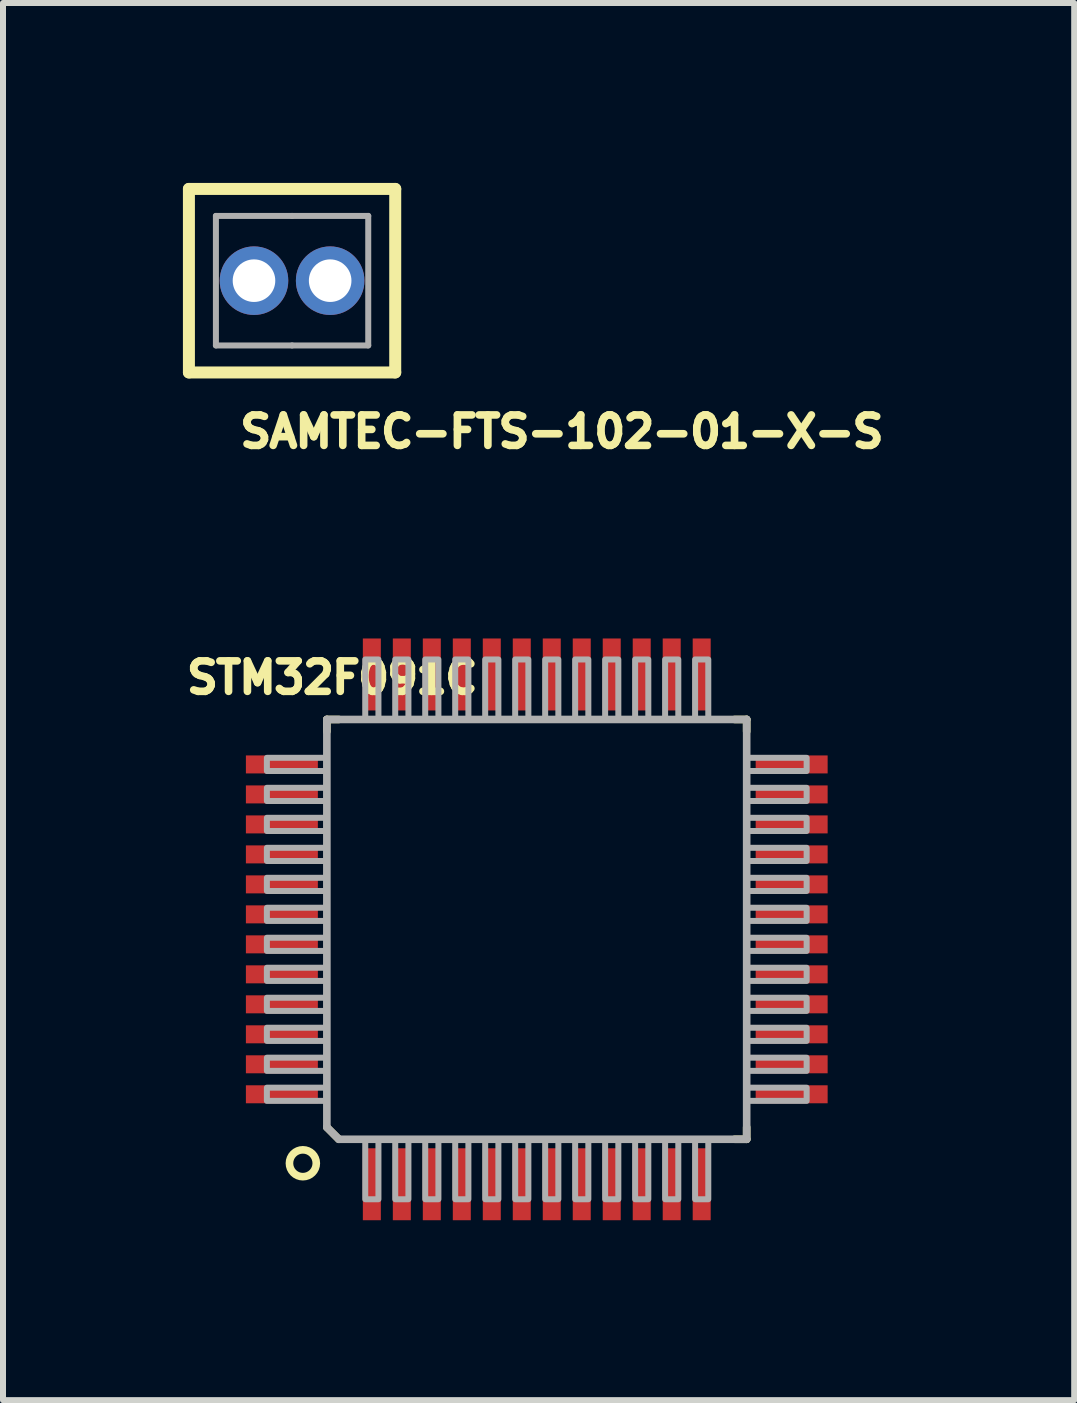
<source format=kicad_pcb>
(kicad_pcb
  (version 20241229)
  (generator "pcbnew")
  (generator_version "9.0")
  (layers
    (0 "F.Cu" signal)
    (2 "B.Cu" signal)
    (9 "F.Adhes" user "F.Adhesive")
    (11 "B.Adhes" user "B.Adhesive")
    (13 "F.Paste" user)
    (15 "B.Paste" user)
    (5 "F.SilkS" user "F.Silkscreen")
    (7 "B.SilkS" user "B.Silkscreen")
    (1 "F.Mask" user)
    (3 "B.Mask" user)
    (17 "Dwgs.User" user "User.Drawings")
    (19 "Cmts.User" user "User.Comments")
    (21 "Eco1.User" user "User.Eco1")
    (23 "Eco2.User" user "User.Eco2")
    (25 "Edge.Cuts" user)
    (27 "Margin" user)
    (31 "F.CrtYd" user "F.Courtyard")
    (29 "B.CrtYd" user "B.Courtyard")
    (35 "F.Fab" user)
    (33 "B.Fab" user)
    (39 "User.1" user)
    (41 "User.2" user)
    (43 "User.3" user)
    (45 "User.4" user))
  (footprint "STM32F091C"
    (layer "F.Cu")
    (at 5.9 12.446)
    (property "Reference" "STM32F091C" (at -5.9 -3.9 0) (layer "F.SilkS") (effects (font (size 0.508 0.508) (thickness 0.127)) (justify left bottom)))
    (fp_line (start -3.5 -3.5) (end -3.3 -3.5) (stroke (width 0.127) (type solid)) (layer "F.SilkS"))
    (fp_line (start -3.5 -3.3) (end -3.5 -3.5) (stroke (width 0.127) (type solid)) (layer "F.SilkS"))
    (fp_line (start -3.3 3.5) (end -3.5 3.3) (stroke (width 0.127) (type solid)) (layer "F.SilkS"))
    (fp_line (start 3.3 -3.5) (end 3.5 -3.5) (stroke (width 0.127) (type solid)) (layer "F.SilkS"))
    (fp_line (start 3.5 -3.5) (end 3.5 -3.3) (stroke (width 0.127) (type solid)) (layer "F.SilkS"))
    (fp_line (start 3.5 3.5) (end 3.3 3.5) (stroke (width 0.127) (type solid)) (layer "F.SilkS"))
    (fp_line (start 3.5 3.5) (end 3.5 3.3) (stroke (width 0.127) (type solid)) (layer "F.SilkS"))
    (fp_circle (center -3.9 3.9) (end -3.676 3.9) (stroke (width 0.127) (type solid)) (fill no) (layer "F.SilkS"))
    (fp_line (start -3.5 -3.5) (end 3.5 -3.5) (stroke (width 0.127) (type solid)) (layer "F.Fab"))
    (fp_line (start -3.5 3.3) (end -3.5 -3.5) (stroke (width 0.127) (type solid)) (layer "F.Fab"))
    (fp_line (start -3.3 3.5) (end -3.5 3.3) (stroke (width 0.127) (type solid)) (layer "F.Fab"))
    (fp_line (start 3.5 -3.5) (end 3.5 3.5) (stroke (width 0.127) (type solid)) (layer "F.Fab"))
    (fp_line (start 3.5 3.5) (end -3.3 3.5) (stroke (width 0.127) (type solid)) (layer "F.Fab"))
    (fp_poly (pts (xy -3.5 -2.86) (xy -4.5 -2.86) (xy -4.5 -2.64) (xy -3.5 -2.64)) (stroke (width 0.1) (type default)) (fill no) (layer "F.Fab"))
    (fp_poly (pts (xy -3.5 -2.36) (xy -4.5 -2.36) (xy -4.5 -2.14) (xy -3.5 -2.14)) (stroke (width 0.1) (type default)) (fill no) (layer "F.Fab"))
    (fp_poly (pts (xy -3.5 -1.86) (xy -4.5 -1.86) (xy -4.5 -1.64) (xy -3.5 -1.64)) (stroke (width 0.1) (type default)) (fill no) (layer "F.Fab"))
    (fp_poly (pts (xy -3.5 -1.36) (xy -4.5 -1.36) (xy -4.5 -1.14) (xy -3.5 -1.14)) (stroke (width 0.1) (type default)) (fill no) (layer "F.Fab"))
    (fp_poly (pts (xy -3.5 -0.86) (xy -4.5 -0.86) (xy -4.5 -0.64) (xy -3.5 -0.64)) (stroke (width 0.1) (type default)) (fill no) (layer "F.Fab"))
    (fp_poly (pts (xy -3.5 -0.36) (xy -4.5 -0.36) (xy -4.5 -0.14) (xy -3.5 -0.14)) (stroke (width 0.1) (type default)) (fill no) (layer "F.Fab"))
    (fp_poly (pts (xy -3.5 0.14) (xy -4.5 0.14) (xy -4.5 0.36) (xy -3.5 0.36)) (stroke (width 0.1) (type default)) (fill no) (layer "F.Fab"))
    (fp_poly (pts (xy -3.5 0.64) (xy -4.5 0.64) (xy -4.5 0.86) (xy -3.5 0.86)) (stroke (width 0.1) (type default)) (fill no) (layer "F.Fab"))
    (fp_poly (pts (xy -3.5 1.14) (xy -4.5 1.14) (xy -4.5 1.36) (xy -3.5 1.36)) (stroke (width 0.1) (type default)) (fill no) (layer "F.Fab"))
    (fp_poly (pts (xy -3.5 1.64) (xy -4.5 1.64) (xy -4.5 1.86) (xy -3.5 1.86)) (stroke (width 0.1) (type default)) (fill no) (layer "F.Fab"))
    (fp_poly (pts (xy -3.5 2.14) (xy -4.5 2.14) (xy -4.5 2.36) (xy -3.5 2.36)) (stroke (width 0.1) (type default)) (fill no) (layer "F.Fab"))
    (fp_poly (pts (xy -3.5 2.64) (xy -4.5 2.64) (xy -4.5 2.86) (xy -3.5 2.86)) (stroke (width 0.1) (type default)) (fill no) (layer "F.Fab"))
    (fp_poly (pts (xy -2.86 -4.5) (xy -2.86 -3.5) (xy -2.64 -3.5) (xy -2.64 -4.5)) (stroke (width 0.1) (type default)) (fill no) (layer "F.Fab"))
    (fp_poly (pts (xy -2.64 4.5) (xy -2.64 3.5) (xy -2.86 3.5) (xy -2.86 4.5)) (stroke (width 0.1) (type default)) (fill no) (layer "F.Fab"))
    (fp_poly (pts (xy -2.36 -4.5) (xy -2.36 -3.5) (xy -2.14 -3.5) (xy -2.14 -4.5)) (stroke (width 0.1) (type default)) (fill no) (layer "F.Fab"))
    (fp_poly (pts (xy -2.14 4.5) (xy -2.14 3.5) (xy -2.36 3.5) (xy -2.36 4.5)) (stroke (width 0.1) (type default)) (fill no) (layer "F.Fab"))
    (fp_poly (pts (xy -1.86 -4.5) (xy -1.86 -3.5) (xy -1.64 -3.5) (xy -1.64 -4.5)) (stroke (width 0.1) (type default)) (fill no) (layer "F.Fab"))
    (fp_poly (pts (xy -1.64 4.5) (xy -1.64 3.5) (xy -1.86 3.5) (xy -1.86 4.5)) (stroke (width 0.1) (type default)) (fill no) (layer "F.Fab"))
    (fp_poly (pts (xy -1.36 -4.5) (xy -1.36 -3.5) (xy -1.14 -3.5) (xy -1.14 -4.5)) (stroke (width 0.1) (type default)) (fill no) (layer "F.Fab"))
    (fp_poly (pts (xy -1.14 4.5) (xy -1.14 3.5) (xy -1.36 3.5) (xy -1.36 4.5)) (stroke (width 0.1) (type default)) (fill no) (layer "F.Fab"))
    (fp_poly (pts (xy -0.86 -4.5) (xy -0.86 -3.5) (xy -0.64 -3.5) (xy -0.64 -4.5)) (stroke (width 0.1) (type default)) (fill no) (layer "F.Fab"))
    (fp_poly (pts (xy -0.64 4.5) (xy -0.64 3.5) (xy -0.86 3.5) (xy -0.86 4.5)) (stroke (width 0.1) (type default)) (fill no) (layer "F.Fab"))
    (fp_poly (pts (xy -0.36 -4.5) (xy -0.36 -3.5) (xy -0.14 -3.5) (xy -0.14 -4.5)) (stroke (width 0.1) (type default)) (fill no) (layer "F.Fab"))
    (fp_poly (pts (xy -0.14 4.5) (xy -0.14 3.5) (xy -0.36 3.5) (xy -0.36 4.5)) (stroke (width 0.1) (type default)) (fill no) (layer "F.Fab"))
    (fp_poly (pts (xy 0.14 -4.5) (xy 0.14 -3.5) (xy 0.36 -3.5) (xy 0.36 -4.5)) (stroke (width 0.1) (type default)) (fill no) (layer "F.Fab"))
    (fp_poly (pts (xy 0.36 4.5) (xy 0.36 3.5) (xy 0.14 3.5) (xy 0.14 4.5)) (stroke (width 0.1) (type default)) (fill no) (layer "F.Fab"))
    (fp_poly (pts (xy 0.64 -4.5) (xy 0.64 -3.5) (xy 0.86 -3.5) (xy 0.86 -4.5)) (stroke (width 0.1) (type default)) (fill no) (layer "F.Fab"))
    (fp_poly (pts (xy 0.86 4.5) (xy 0.86 3.5) (xy 0.64 3.5) (xy 0.64 4.5)) (stroke (width 0.1) (type default)) (fill no) (layer "F.Fab"))
    (fp_poly (pts (xy 1.14 -4.5) (xy 1.14 -3.5) (xy 1.36 -3.5) (xy 1.36 -4.5)) (stroke (width 0.1) (type default)) (fill no) (layer "F.Fab"))
    (fp_poly (pts (xy 1.36 4.5) (xy 1.36 3.5) (xy 1.14 3.5) (xy 1.14 4.5)) (stroke (width 0.1) (type default)) (fill no) (layer "F.Fab"))
    (fp_poly (pts (xy 1.64 -4.5) (xy 1.64 -3.5) (xy 1.86 -3.5) (xy 1.86 -4.5)) (stroke (width 0.1) (type default)) (fill no) (layer "F.Fab"))
    (fp_poly (pts (xy 1.86 4.5) (xy 1.86 3.5) (xy 1.64 3.5) (xy 1.64 4.5)) (stroke (width 0.1) (type default)) (fill no) (layer "F.Fab"))
    (fp_poly (pts (xy 2.14 -4.5) (xy 2.14 -3.5) (xy 2.36 -3.5) (xy 2.36 -4.5)) (stroke (width 0.1) (type default)) (fill no) (layer "F.Fab"))
    (fp_poly (pts (xy 2.36 4.5) (xy 2.36 3.5) (xy 2.14 3.5) (xy 2.14 4.5)) (stroke (width 0.1) (type default)) (fill no) (layer "F.Fab"))
    (fp_poly (pts (xy 2.64 -4.5) (xy 2.64 -3.5) (xy 2.86 -3.5) (xy 2.86 -4.5)) (stroke (width 0.1) (type default)) (fill no) (layer "F.Fab"))
    (fp_poly (pts (xy 2.86 4.5) (xy 2.86 3.5) (xy 2.64 3.5) (xy 2.64 4.5)) (stroke (width 0.1) (type default)) (fill no) (layer "F.Fab"))
    (fp_poly (pts (xy 4.5 -2.86) (xy 3.5 -2.86) (xy 3.5 -2.64) (xy 4.5 -2.64)) (stroke (width 0.1) (type default)) (fill no) (layer "F.Fab"))
    (fp_poly (pts (xy 4.5 -2.36) (xy 3.5 -2.36) (xy 3.5 -2.14) (xy 4.5 -2.14)) (stroke (width 0.1) (type default)) (fill no) (layer "F.Fab"))
    (fp_poly (pts (xy 4.5 -1.86) (xy 3.5 -1.86) (xy 3.5 -1.64) (xy 4.5 -1.64)) (stroke (width 0.1) (type default)) (fill no) (layer "F.Fab"))
    (fp_poly (pts (xy 4.5 -1.36) (xy 3.5 -1.36) (xy 3.5 -1.14) (xy 4.5 -1.14)) (stroke (width 0.1) (type default)) (fill no) (layer "F.Fab"))
    (fp_poly (pts (xy 4.5 -0.86) (xy 3.5 -0.86) (xy 3.5 -0.64) (xy 4.5 -0.64)) (stroke (width 0.1) (type default)) (fill no) (layer "F.Fab"))
    (fp_poly (pts (xy 4.5 -0.36) (xy 3.5 -0.36) (xy 3.5 -0.14) (xy 4.5 -0.14)) (stroke (width 0.1) (type default)) (fill no) (layer "F.Fab"))
    (fp_poly (pts (xy 4.5 0.14) (xy 3.5 0.14) (xy 3.5 0.36) (xy 4.5 0.36)) (stroke (width 0.1) (type default)) (fill no) (layer "F.Fab"))
    (fp_poly (pts (xy 4.5 0.64) (xy 3.5 0.64) (xy 3.5 0.86) (xy 4.5 0.86)) (stroke (width 0.1) (type default)) (fill no) (layer "F.Fab"))
    (fp_poly (pts (xy 4.5 1.14) (xy 3.5 1.14) (xy 3.5 1.36) (xy 4.5 1.36)) (stroke (width 0.1) (type default)) (fill no) (layer "F.Fab"))
    (fp_poly (pts (xy 4.5 1.64) (xy 3.5 1.64) (xy 3.5 1.86) (xy 4.5 1.86)) (stroke (width 0.1) (type default)) (fill no) (layer "F.Fab"))
    (fp_poly (pts (xy 4.5 2.14) (xy 3.5 2.14) (xy 3.5 2.36) (xy 4.5 2.36)) (stroke (width 0.1) (type default)) (fill no) (layer "F.Fab"))
    (fp_poly (pts (xy 4.5 2.64) (xy 3.5 2.64) (xy 3.5 2.86) (xy 4.5 2.86)) (stroke (width 0.1) (type default)) (fill no) (layer "F.Fab"))
    (pad "1" smd rect (at -2.75 4.25 90) (size 1.2 0.3) (layers "F.Cu" "F.Mask" "F.Paste"))
    (pad "2" smd rect (at -2.25 4.25 90) (size 1.2 0.3) (layers "F.Cu" "F.Mask" "F.Paste"))
    (pad "3" smd rect (at -1.75 4.25 90) (size 1.2 0.3) (layers "F.Cu" "F.Mask" "F.Paste"))
    (pad "4" smd rect (at -1.25 4.25 90) (size 1.2 0.3) (layers "F.Cu" "F.Mask" "F.Paste"))
    (pad "5" smd rect (at -0.75 4.25 90) (size 1.2 0.3) (layers "F.Cu" "F.Mask" "F.Paste"))
    (pad "6" smd rect (at -0.25 4.25 90) (size 1.2 0.3) (layers "F.Cu" "F.Mask" "F.Paste"))
    (pad "7" smd rect (at 0.25 4.25 90) (size 1.2 0.3) (layers "F.Cu" "F.Mask" "F.Paste"))
    (pad "8" smd rect (at 0.75 4.25 90) (size 1.2 0.3) (layers "F.Cu" "F.Mask" "F.Paste"))
    (pad "9" smd rect (at 1.25 4.25 90) (size 1.2 0.3) (layers "F.Cu" "F.Mask" "F.Paste"))
    (pad "10" smd rect (at 1.75 4.25 90) (size 1.2 0.3) (layers "F.Cu" "F.Mask" "F.Paste"))
    (pad "11" smd rect (at 2.25 4.25 90) (size 1.2 0.3) (layers "F.Cu" "F.Mask" "F.Paste"))
    (pad "12" smd rect (at 2.75 4.25 90) (size 1.2 0.3) (layers "F.Cu" "F.Mask" "F.Paste"))
    (pad "13" smd rect (at 4.25 2.75 180) (size 1.2 0.3) (layers "F.Cu" "F.Mask" "F.Paste"))
    (pad "14" smd rect (at 4.25 2.25 180) (size 1.2 0.3) (layers "F.Cu" "F.Mask" "F.Paste"))
    (pad "15" smd rect (at 4.25 1.75 180) (size 1.2 0.3) (layers "F.Cu" "F.Mask" "F.Paste"))
    (pad "16" smd rect (at 4.25 1.25 180) (size 1.2 0.3) (layers "F.Cu" "F.Mask" "F.Paste"))
    (pad "17" smd rect (at 4.25 0.75 180) (size 1.2 0.3) (layers "F.Cu" "F.Mask" "F.Paste"))
    (pad "18" smd rect (at 4.25 0.25 180) (size 1.2 0.3) (layers "F.Cu" "F.Mask" "F.Paste"))
    (pad "19" smd rect (at 4.25 -0.25 180) (size 1.2 0.3) (layers "F.Cu" "F.Mask" "F.Paste"))
    (pad "20" smd rect (at 4.25 -0.75 180) (size 1.2 0.3) (layers "F.Cu" "F.Mask" "F.Paste"))
    (pad "21" smd rect (at 4.25 -1.25 180) (size 1.2 0.3) (layers "F.Cu" "F.Mask" "F.Paste"))
    (pad "22" smd rect (at 4.25 -1.75 180) (size 1.2 0.3) (layers "F.Cu" "F.Mask" "F.Paste"))
    (pad "23" smd rect (at 4.25 -2.25 180) (size 1.2 0.3) (layers "F.Cu" "F.Mask" "F.Paste"))
    (pad "24" smd rect (at 4.25 -2.75 180) (size 1.2 0.3) (layers "F.Cu" "F.Mask" "F.Paste"))
    (pad "25" smd rect (at 2.75 -4.25 270) (size 1.2 0.3) (layers "F.Cu" "F.Mask" "F.Paste"))
    (pad "26" smd rect (at 2.25 -4.25 270) (size 1.2 0.3) (layers "F.Cu" "F.Mask" "F.Paste"))
    (pad "27" smd rect (at 1.75 -4.25 270) (size 1.2 0.3) (layers "F.Cu" "F.Mask" "F.Paste"))
    (pad "28" smd rect (at 1.25 -4.25 270) (size 1.2 0.3) (layers "F.Cu" "F.Mask" "F.Paste"))
    (pad "29" smd rect (at 0.75 -4.25 270) (size 1.2 0.3) (layers "F.Cu" "F.Mask" "F.Paste"))
    (pad "30" smd rect (at 0.25 -4.25 270) (size 1.2 0.3) (layers "F.Cu" "F.Mask" "F.Paste"))
    (pad "31" smd rect (at -0.25 -4.25 270) (size 1.2 0.3) (layers "F.Cu" "F.Mask" "F.Paste"))
    (pad "32" smd rect (at -0.75 -4.25 270) (size 1.2 0.3) (layers "F.Cu" "F.Mask" "F.Paste"))
    (pad "33" smd rect (at -1.25 -4.25 270) (size 1.2 0.3) (layers "F.Cu" "F.Mask" "F.Paste"))
    (pad "34" smd rect (at -1.75 -4.25 270) (size 1.2 0.3) (layers "F.Cu" "F.Mask" "F.Paste"))
    (pad "35" smd rect (at -2.25 -4.25 270) (size 1.2 0.3) (layers "F.Cu" "F.Mask" "F.Paste"))
    (pad "36" smd rect (at -2.75 -4.25 270) (size 1.2 0.3) (layers "F.Cu" "F.Mask" "F.Paste"))
    (pad "37" smd rect (at -4.25 -2.75) (size 1.2 0.3) (layers "F.Cu" "F.Mask" "F.Paste"))
    (pad "38" smd rect (at -4.25 -2.25) (size 1.2 0.3) (layers "F.Cu" "F.Mask" "F.Paste"))
    (pad "39" smd rect (at -4.25 -1.75) (size 1.2 0.3) (layers "F.Cu" "F.Mask" "F.Paste"))
    (pad "40" smd rect (at -4.25 -1.25) (size 1.2 0.3) (layers "F.Cu" "F.Mask" "F.Paste"))
    (pad "41" smd rect (at -4.25 -0.75) (size 1.2 0.3) (layers "F.Cu" "F.Mask" "F.Paste"))
    (pad "42" smd rect (at -4.25 -0.25) (size 1.2 0.3) (layers "F.Cu" "F.Mask" "F.Paste"))
    (pad "43" smd rect (at -4.25 0.25) (size 1.2 0.3) (layers "F.Cu" "F.Mask" "F.Paste"))
    (pad "44" smd rect (at -4.25 0.75) (size 1.2 0.3) (layers "F.Cu" "F.Mask" "F.Paste"))
    (pad "45" smd rect (at -4.25 1.25) (size 1.2 0.3) (layers "F.Cu" "F.Mask" "F.Paste"))
    (pad "46" smd rect (at -4.25 1.75) (size 1.2 0.3) (layers "F.Cu" "F.Mask" "F.Paste"))
    (pad "47" smd rect (at -4.25 2.25) (size 1.2 0.3) (layers "F.Cu" "F.Mask" "F.Paste"))
    (pad "48" smd rect (at -4.25 2.75) (size 1.2 0.3) (layers "F.Cu" "F.Mask" "F.Paste")))
  (footprint "SAMTEC-FTS-102-01-X-S"
    (layer "F.Cu")
    (at 1.82 1.63)
    (property "Reference" "SAMTEC-FTS-102-01-X-S" (at -0.931 2.815 0) (layer "F.SilkS") (effects (font (size 0.508 0.508) (thickness 0.127)) (justify left bottom)))
    (fp_circle (center -0.635 0) (end -0.324 0) (stroke (width 0.622) (type solid)) (fill yes) (layer "F.Mask"))
    (fp_circle (center 0.635 0) (end 0.946 0) (stroke (width 0.622) (type solid)) (fill yes) (layer "F.Mask"))
    (fp_circle (center -0.635 0) (end -0.324 0) (stroke (width 0.622) (type solid)) (fill yes) (layer "B.Mask"))
    (fp_circle (center 0.635 0) (end 0.946 0) (stroke (width 0.622) (type solid)) (fill yes) (layer "B.Mask"))
    (fp_line (start -1.72 -1.53) (end -1.72 1.53) (stroke (width 0.2) (type solid)) (layer "F.SilkS"))
    (fp_line (start -1.72 1.53) (end 1.72 1.53) (stroke (width 0.2) (type solid)) (layer "F.SilkS"))
    (fp_line (start 1.72 -1.53) (end -1.72 -1.53) (stroke (width 0.2) (type solid)) (layer "F.SilkS"))
    (fp_line (start 1.72 1.53) (end 1.72 -1.53) (stroke (width 0.2) (type solid)) (layer "F.SilkS"))
    (fp_line (start -1.27 -1.08) (end 0 -1.08) (stroke (width 0.1) (type solid)) (layer "F.Fab"))
    (fp_line (start -1.27 1.08) (end -1.27 -1.08) (stroke (width 0.1) (type solid)) (layer "F.Fab"))
    (fp_line (start -0.838 -0.203) (end -0.432 -0.203) (stroke (width 0.1) (type solid)) (layer "F.Fab"))
    (fp_line (start -0.838 0.203) (end -0.838 -0.203) (stroke (width 0.1) (type solid)) (layer "F.Fab"))
    (fp_line (start -0.432 -0.203) (end -0.432 0.203) (stroke (width 0.1) (type solid)) (layer "F.Fab"))
    (fp_line (start -0.432 0.203) (end -0.838 0.203) (stroke (width 0.1) (type solid)) (layer "F.Fab"))
    (fp_line (start 0 1.08) (end -1.27 1.08) (stroke (width 0.1) (type solid)) (layer "F.Fab"))
    (fp_line (start 0 1.08) (end 1.27 1.08) (stroke (width 0.1) (type solid)) (layer "F.Fab"))
    (fp_line (start 0.432 -0.203) (end 0.432 0.203) (stroke (width 0.1) (type solid)) (layer "F.Fab"))
    (fp_line (start 0.432 0.203) (end 0.838 0.203) (stroke (width 0.1) (type solid)) (layer "F.Fab"))
    (fp_line (start 0.838 -0.203) (end 0.432 -0.203) (stroke (width 0.1) (type solid)) (layer "F.Fab"))
    (fp_line (start 0.838 0.203) (end 0.838 -0.203) (stroke (width 0.1) (type solid)) (layer "F.Fab"))
    (fp_line (start 1.27 -1.08) (end 0 -1.08) (stroke (width 0.1) (type solid)) (layer "F.Fab"))
    (fp_line (start 1.27 1.08) (end 1.27 -1.08) (stroke (width 0.1) (type solid)) (layer "F.Fab"))
    (pad "1" thru_hole circle (at -0.635 0) (size 1.143 1.143) (drill 0.71) (layers "*.Cu"))
    (pad "2" thru_hole circle (at 0.635 0) (size 1.143 1.143) (drill 0.71) (layers "*.Cu")))
  (gr_rect
    (start -3 -3)
    (end 14.861 20.296)
    (stroke (width 0.1) (type default))
    (fill no)
    (layer "Edge.Cuts")))
</source>
